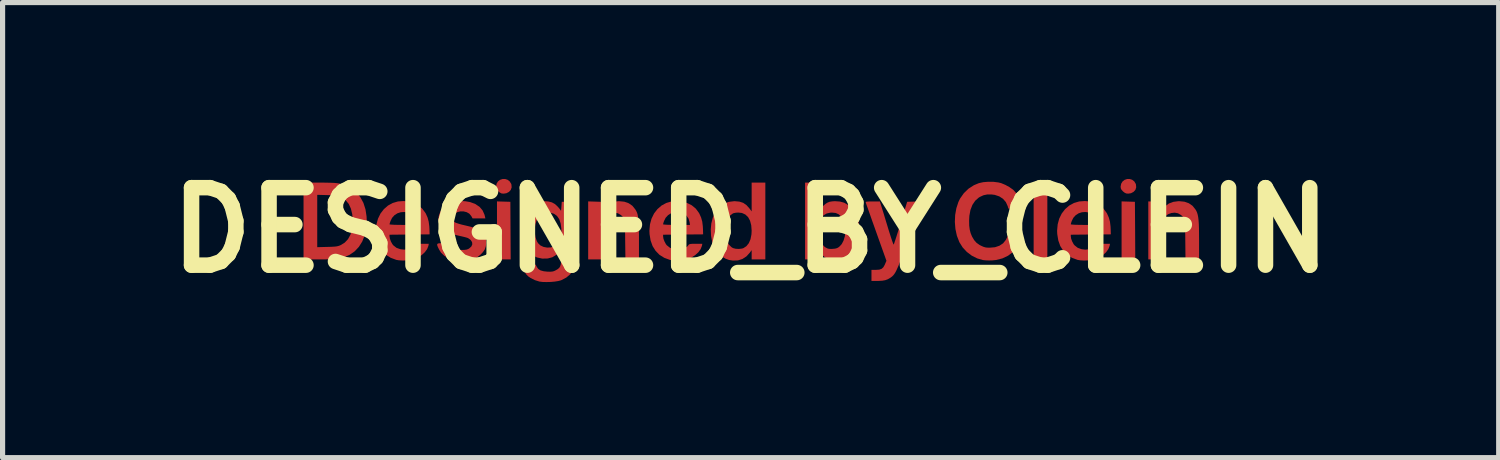
<source format=kicad_pcb>
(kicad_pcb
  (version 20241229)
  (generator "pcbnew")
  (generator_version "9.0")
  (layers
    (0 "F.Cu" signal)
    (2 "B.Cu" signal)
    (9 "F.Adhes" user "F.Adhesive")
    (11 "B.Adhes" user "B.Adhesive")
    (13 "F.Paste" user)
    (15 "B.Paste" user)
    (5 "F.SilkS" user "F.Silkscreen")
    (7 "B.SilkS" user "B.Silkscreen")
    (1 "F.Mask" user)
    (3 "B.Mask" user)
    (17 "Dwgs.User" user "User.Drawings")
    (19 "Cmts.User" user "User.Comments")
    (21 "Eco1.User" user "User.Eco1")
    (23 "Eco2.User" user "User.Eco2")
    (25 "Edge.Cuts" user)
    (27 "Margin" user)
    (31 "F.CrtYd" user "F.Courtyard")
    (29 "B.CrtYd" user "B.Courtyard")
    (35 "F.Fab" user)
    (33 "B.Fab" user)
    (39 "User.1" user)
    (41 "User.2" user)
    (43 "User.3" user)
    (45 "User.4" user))
  (footprint "DESIGNED_BY_CLEIN"
    (layer "F.Cu")
    (at 11.479 1.404)
    (property "Reference" "DESIGNED_BY_CLEIN" (at 0 0 0) (layer "F.SilkS") (effects (font (size 1.5 1.5) (thickness 0.3))))
    (attr board_only exclude_from_pos_files exclude_from_bom)
    (fp_poly (pts (xy -4.781 -0.552) (xy -4.651 -0.548) (xy -4.648 0.009) (xy -4.645 0.567) (xy -4.777 0.567) (xy -4.91 0.567) (xy -4.91 0.006) (xy -4.91 -0.556)) (stroke (width 0) (type solid)) (fill yes) (layers "F.Cu" "F.Mask"))
    (fp_poly (pts (xy 5.742 -0.176) (xy 5.742 0.567) (xy 5.609 0.567) (xy 5.477 0.567) (xy 5.477 -0.176) (xy 5.477 -0.92) (xy 5.609 -0.92) (xy 5.742 -0.92)) (stroke (width 0) (type solid)) (fill yes) (layers "F.Cu" "F.Mask"))
    (fp_poly (pts (xy 7.308 -0.552) (xy 7.437 -0.548) (xy 7.441 0.009) (xy 7.444 0.567) (xy 7.311 0.567) (xy 7.179 0.567) (xy 7.179 0.006) (xy 7.179 -0.556)) (stroke (width 0) (type solid)) (fill yes) (layers "F.Cu" "F.Mask"))
    (fp_poly (pts (xy -4.706 -0.975) (xy -4.665 -0.944) (xy -4.635 -0.896) (xy -4.631 -0.884) (xy -4.626 -0.828) (xy -4.643 -0.779) (xy -4.678 -0.74) (xy -4.728 -0.714) (xy -4.783 -0.706) (xy -4.822 -0.71) (xy -4.855 -0.727) (xy -4.881 -0.749) (xy -4.911 -0.78) (xy -4.925 -0.808) (xy -4.928 -0.841) (xy -4.918 -0.898) (xy -4.891 -0.942) (xy -4.851 -0.973) (xy -4.803 -0.989) (xy -4.753 -0.99)) (stroke (width 0) (type solid)) (fill yes) (layers "F.Cu" "F.Mask"))
    (fp_poly (pts (xy 7.383 -0.975) (xy 7.424 -0.944) (xy 7.453 -0.896) (xy 7.457 -0.884) (xy 7.462 -0.828) (xy 7.446 -0.779) (xy 7.41 -0.74) (xy 7.36 -0.714) (xy 7.306 -0.706) (xy 7.267 -0.71) (xy 7.234 -0.727) (xy 7.207 -0.749) (xy 7.178 -0.78) (xy 7.164 -0.808) (xy 7.16 -0.841) (xy 7.171 -0.898) (xy 7.198 -0.942) (xy 7.238 -0.973) (xy 7.285 -0.989) (xy 7.335 -0.99)) (stroke (width 0) (type solid)) (fill yes) (layers "F.Cu" "F.Mask"))
    (fp_poly (pts (xy -2.445 -0.55) (xy -2.36 -0.52) (xy -2.289 -0.471) (xy -2.232 -0.4) (xy -2.212 -0.365) (xy -2.198 -0.334) (xy -2.187 -0.296) (xy -2.179 -0.249) (xy -2.172 -0.191) (xy -2.167 -0.119) (xy -2.164 -0.03) (xy -2.162 0.08) (xy -2.162 0.205) (xy -2.162 0.567) (xy -2.293 0.567) (xy -2.424 0.567) (xy -2.429 0.192) (xy -2.43 0.078) (xy -2.432 -0.013) (xy -2.435 -0.085) (xy -2.438 -0.141) (xy -2.444 -0.184) (xy -2.452 -0.216) (xy -2.463 -0.24) (xy -2.478 -0.26) (xy -2.496 -0.278) (xy -2.514 -0.294) (xy -2.57 -0.326) (xy -2.634 -0.338) (xy -2.699 -0.331) (xy -2.761 -0.308) (xy -2.814 -0.269) (xy -2.852 -0.218) (xy -2.866 -0.182) (xy -2.871 -0.153) (xy -2.874 -0.101) (xy -2.877 -0.028) (xy -2.879 0.062) (xy -2.88 0.169) (xy -2.88 0.217) (xy -2.88 0.567) (xy -3.013 0.567) (xy -3.145 0.567) (xy -3.145 0.006) (xy -3.145 -0.556) (xy -3.022 -0.552) (xy -2.899 -0.548) (xy -2.893 -0.454) (xy -2.887 -0.359) (xy -2.866 -0.397) (xy -2.814 -0.465) (xy -2.746 -0.515) (xy -2.661 -0.547) (xy -2.562 -0.56) (xy -2.545 -0.56)) (stroke (width 0) (type solid)) (fill yes) (layers "F.Cu" "F.Mask"))
    (fp_poly (pts (xy 8.396 -0.55) (xy 8.481 -0.52) (xy 8.552 -0.471) (xy 8.609 -0.4) (xy 8.629 -0.365) (xy 8.642 -0.334) (xy 8.653 -0.296) (xy 8.662 -0.249) (xy 8.669 -0.191) (xy 8.674 -0.119) (xy 8.677 -0.03) (xy 8.678 0.08) (xy 8.679 0.205) (xy 8.679 0.567) (xy 8.548 0.567) (xy 8.416 0.567) (xy 8.412 0.192) (xy 8.411 0.078) (xy 8.409 -0.013) (xy 8.406 -0.085) (xy 8.402 -0.141) (xy 8.397 -0.184) (xy 8.388 -0.216) (xy 8.377 -0.24) (xy 8.363 -0.26) (xy 8.345 -0.278) (xy 8.326 -0.294) (xy 8.27 -0.326) (xy 8.207 -0.338) (xy 8.142 -0.331) (xy 8.08 -0.308) (xy 8.027 -0.269) (xy 7.988 -0.218) (xy 7.974 -0.182) (xy 7.97 -0.153) (xy 7.966 -0.101) (xy 7.963 -0.028) (xy 7.962 0.062) (xy 7.961 0.169) (xy 7.96 0.217) (xy 7.96 0.567) (xy 7.828 0.567) (xy 7.696 0.567) (xy 7.696 0.006) (xy 7.696 -0.556) (xy 7.819 -0.552) (xy 7.941 -0.548) (xy 7.948 -0.454) (xy 7.954 -0.359) (xy 7.975 -0.397) (xy 8.026 -0.465) (xy 8.095 -0.515) (xy 8.179 -0.547) (xy 8.278 -0.56) (xy 8.296 -0.56)) (stroke (width 0) (type solid)) (fill yes) (layers "F.Cu" "F.Mask"))
    (fp_poly (pts (xy -8.348 -0.92) (xy -8.231 -0.919) (xy -8.137 -0.917) (xy -8.062 -0.914) (xy -8.004 -0.909) (xy -7.959 -0.902) (xy -7.954 -0.901) (xy -7.831 -0.863) (xy -7.722 -0.806) (xy -7.63 -0.73) (xy -7.554 -0.636) (xy -7.495 -0.527) (xy -7.455 -0.402) (xy -7.434 -0.264) (xy -7.431 -0.184) (xy -7.441 -0.034) (xy -7.47 0.101) (xy -7.518 0.221) (xy -7.583 0.324) (xy -7.665 0.411) (xy -7.764 0.479) (xy -7.879 0.528) (xy -7.954 0.548) (xy -7.997 0.555) (xy -8.053 0.56) (xy -8.126 0.564) (xy -8.217 0.566) (xy -8.33 0.567) (xy -8.348 0.567) (xy -8.654 0.567) (xy -8.654 -0.176) (xy -8.389 -0.176) (xy -8.389 0.33) (xy -8.197 0.325) (xy -8.12 0.323) (xy -8.063 0.32) (xy -8.021 0.316) (xy -7.988 0.309) (xy -7.959 0.3) (xy -7.938 0.291) (xy -7.857 0.242) (xy -7.793 0.174) (xy -7.746 0.088) (xy -7.716 -0.017) (xy -7.703 -0.14) (xy -7.703 -0.176) (xy -7.711 -0.305) (xy -7.737 -0.415) (xy -7.779 -0.506) (xy -7.838 -0.578) (xy -7.914 -0.633) (xy -7.938 -0.644) (xy -7.967 -0.656) (xy -7.996 -0.664) (xy -8.031 -0.67) (xy -8.077 -0.674) (xy -8.139 -0.677) (xy -8.197 -0.678) (xy -8.389 -0.683) (xy -8.389 -0.176) (xy -8.654 -0.176) (xy -8.654 -0.92)) (stroke (width 0) (type solid)) (fill yes) (layers "F.Cu" "F.Mask"))
    (fp_poly (pts (xy 0.284 -0.176) (xy 0.284 0.567) (xy 0.151 0.567) (xy 0.019 0.567) (xy 0.019 0.477) (xy 0.019 0.387) (xy -0.017 0.437) (xy -0.083 0.509) (xy -0.16 0.559) (xy -0.247 0.586) (xy -0.344 0.589) (xy -0.417 0.578) (xy -0.486 0.553) (xy -0.557 0.511) (xy -0.62 0.459) (xy -0.652 0.422) (xy -0.707 0.331) (xy -0.745 0.225) (xy -0.767 0.11) (xy -0.772 -0.003) (xy -0.497 -0.003) (xy -0.495 0.078) (xy -0.485 0.15) (xy -0.479 0.171) (xy -0.453 0.231) (xy -0.415 0.287) (xy -0.371 0.33) (xy -0.341 0.348) (xy -0.289 0.361) (xy -0.227 0.364) (xy -0.167 0.357) (xy -0.141 0.349) (xy -0.083 0.311) (xy -0.036 0.253) (xy -0.003 0.176) (xy 0.015 0.084) (xy 0.019 0.012) (xy 0.011 -0.094) (xy -0.012 -0.182) (xy -0.05 -0.252) (xy -0.103 -0.302) (xy -0.169 -0.332) (xy -0.239 -0.34) (xy -0.286 -0.337) (xy -0.328 -0.329) (xy -0.345 -0.322) (xy -0.396 -0.284) (xy -0.441 -0.229) (xy -0.473 -0.165) (xy -0.478 -0.149) (xy -0.492 -0.082) (xy -0.497 -0.003) (xy -0.772 -0.003) (xy -0.773 -0.009) (xy -0.762 -0.127) (xy -0.734 -0.238) (xy -0.69 -0.339) (xy -0.665 -0.378) (xy -0.597 -0.456) (xy -0.516 -0.512) (xy -0.424 -0.547) (xy -0.318 -0.56) (xy -0.309 -0.56) (xy -0.219 -0.552) (xy -0.144 -0.528) (xy -0.08 -0.483) (xy -0.021 -0.417) (xy -0.017 -0.411) (xy 0.019 -0.362) (xy 0.019 -0.641) (xy 0.019 -0.92) (xy 0.151 -0.92) (xy 0.284 -0.92)) (stroke (width 0) (type solid)) (fill yes) (layers "F.Cu" "F.Mask"))
    (fp_poly (pts (xy 2.539 -0.432) (xy 2.554 -0.384) (xy 2.575 -0.317) (xy 2.599 -0.237) (xy 2.626 -0.148) (xy 2.654 -0.056) (xy 2.668 -0.01) (xy 2.694 0.072) (xy 2.717 0.144) (xy 2.737 0.204) (xy 2.753 0.249) (xy 2.764 0.275) (xy 2.768 0.28) (xy 2.774 0.267) (xy 2.786 0.231) (xy 2.804 0.178) (xy 2.826 0.109) (xy 2.852 0.027) (xy 2.88 -0.065) (xy 2.903 -0.139) (xy 3.029 -0.548) (xy 3.158 -0.552) (xy 3.213 -0.553) (xy 3.259 -0.551) (xy 3.289 -0.548) (xy 3.297 -0.546) (xy 3.295 -0.532) (xy 3.285 -0.497) (xy 3.267 -0.443) (xy 3.243 -0.372) (xy 3.214 -0.285) (xy 3.18 -0.186) (xy 3.141 -0.076) (xy 3.099 0.042) (xy 3.071 0.121) (xy 3.017 0.271) (xy 2.97 0.4) (xy 2.93 0.508) (xy 2.896 0.599) (xy 2.867 0.674) (xy 2.841 0.734) (xy 2.819 0.783) (xy 2.799 0.821) (xy 2.78 0.85) (xy 2.761 0.874) (xy 2.742 0.893) (xy 2.722 0.909) (xy 2.702 0.923) (xy 2.654 0.951) (xy 2.605 0.969) (xy 2.547 0.979) (xy 2.474 0.983) (xy 2.449 0.983) (xy 2.338 0.983) (xy 2.338 0.876) (xy 2.338 0.769) (xy 2.425 0.769) (xy 2.488 0.765) (xy 2.533 0.75) (xy 2.567 0.72) (xy 2.595 0.671) (xy 2.601 0.656) (xy 2.628 0.594) (xy 2.431 0.042) (xy 2.391 -0.071) (xy 2.353 -0.177) (xy 2.319 -0.274) (xy 2.289 -0.359) (xy 2.264 -0.43) (xy 2.244 -0.484) (xy 2.232 -0.519) (xy 2.228 -0.533) (xy 2.227 -0.542) (xy 2.235 -0.549) (xy 2.254 -0.552) (xy 2.29 -0.554) (xy 2.346 -0.555) (xy 2.361 -0.555) (xy 2.501 -0.555)) (stroke (width 0) (type solid)) (fill yes) (layers "F.Cu" "F.Mask"))
    (fp_poly (pts (xy -6.643 -0.556) (xy -6.532 -0.528) (xy -6.436 -0.481) (xy -6.357 -0.416) (xy -6.295 -0.333) (xy -6.287 -0.319) (xy -6.253 -0.243) (xy -6.232 -0.164) (xy -6.22 -0.074) (xy -6.217 -0.019) (xy -6.214 0.082) (xy -6.602 0.085) (xy -6.99 0.089) (xy -6.99 0.118) (xy -6.982 0.167) (xy -6.962 0.222) (xy -6.934 0.272) (xy -6.917 0.294) (xy -6.855 0.343) (xy -6.778 0.37) (xy -6.706 0.378) (xy -6.633 0.37) (xy -6.57 0.35) (xy -6.522 0.318) (xy -6.504 0.297) (xy -6.493 0.282) (xy -6.48 0.273) (xy -6.459 0.268) (xy -6.426 0.265) (xy -6.374 0.265) (xy -6.356 0.265) (xy -6.23 0.265) (xy -6.238 0.306) (xy -6.262 0.367) (xy -6.307 0.428) (xy -6.368 0.484) (xy -6.442 0.531) (xy -6.495 0.555) (xy -6.562 0.573) (xy -6.644 0.585) (xy -6.73 0.589) (xy -6.81 0.584) (xy -6.858 0.576) (xy -6.966 0.536) (xy -7.059 0.478) (xy -7.134 0.401) (xy -7.192 0.309) (xy -7.232 0.2) (xy -7.252 0.078) (xy -7.254 0.013) (xy -7.243 -0.11) (xy -7.243 -0.112) (xy -6.99 -0.112) (xy -6.978 -0.109) (xy -6.944 -0.106) (xy -6.893 -0.103) (xy -6.828 -0.102) (xy -6.752 -0.101) (xy -6.73 -0.101) (xy -6.47 -0.101) (xy -6.476 -0.152) (xy -6.496 -0.221) (xy -6.533 -0.276) (xy -6.583 -0.316) (xy -6.643 -0.341) (xy -6.707 -0.351) (xy -6.773 -0.346) (xy -6.836 -0.326) (xy -6.893 -0.29) (xy -6.94 -0.238) (xy -6.97 -0.178) (xy -6.982 -0.143) (xy -6.989 -0.117) (xy -6.99 -0.112) (xy -7.243 -0.112) (xy -7.213 -0.222) (xy -7.164 -0.322) (xy -7.099 -0.406) (xy -7.02 -0.475) (xy -6.929 -0.525) (xy -6.827 -0.555) (xy -6.717 -0.563)) (stroke (width 0) (type solid)) (fill yes) (layers "F.Cu" "F.Mask"))
    (fp_poly (pts (xy -1.348 -0.556) (xy -1.237 -0.528) (xy -1.141 -0.481) (xy -1.062 -0.416) (xy -1.001 -0.333) (xy -0.993 -0.319) (xy -0.959 -0.243) (xy -0.937 -0.164) (xy -0.926 -0.074) (xy -0.923 -0.019) (xy -0.92 0.082) (xy -1.308 0.085) (xy -1.695 0.089) (xy -1.695 0.118) (xy -1.688 0.167) (xy -1.667 0.222) (xy -1.64 0.272) (xy -1.622 0.294) (xy -1.56 0.343) (xy -1.484 0.37) (xy -1.412 0.378) (xy -1.339 0.37) (xy -1.276 0.35) (xy -1.228 0.318) (xy -1.21 0.297) (xy -1.199 0.282) (xy -1.186 0.273) (xy -1.165 0.268) (xy -1.132 0.265) (xy -1.08 0.265) (xy -1.062 0.265) (xy -0.936 0.265) (xy -0.944 0.306) (xy -0.968 0.367) (xy -1.012 0.428) (xy -1.074 0.484) (xy -1.147 0.531) (xy -1.2 0.555) (xy -1.268 0.573) (xy -1.35 0.585) (xy -1.436 0.589) (xy -1.515 0.584) (xy -1.564 0.576) (xy -1.672 0.536) (xy -1.765 0.478) (xy -1.84 0.401) (xy -1.898 0.309) (xy -1.937 0.2) (xy -1.957 0.078) (xy -1.96 0.013) (xy -1.949 -0.11) (xy -1.949 -0.112) (xy -1.695 -0.112) (xy -1.683 -0.109) (xy -1.65 -0.106) (xy -1.599 -0.103) (xy -1.533 -0.102) (xy -1.458 -0.101) (xy -1.435 -0.101) (xy -1.175 -0.101) (xy -1.182 -0.152) (xy -1.202 -0.221) (xy -1.239 -0.276) (xy -1.289 -0.316) (xy -1.348 -0.341) (xy -1.413 -0.351) (xy -1.479 -0.346) (xy -1.542 -0.326) (xy -1.599 -0.29) (xy -1.646 -0.238) (xy -1.676 -0.178) (xy -1.688 -0.143) (xy -1.695 -0.117) (xy -1.695 -0.112) (xy -1.949 -0.112) (xy -1.919 -0.222) (xy -1.87 -0.322) (xy -1.805 -0.406) (xy -1.726 -0.475) (xy -1.635 -0.525) (xy -1.533 -0.555) (xy -1.422 -0.563)) (stroke (width 0) (type solid)) (fill yes) (layers "F.Cu" "F.Mask"))
    (fp_poly (pts (xy 4.699 -0.935) (xy 4.793 -0.923) (xy 4.847 -0.91) (xy 4.927 -0.877) (xy 5.006 -0.834) (xy 5.074 -0.786) (xy 5.085 -0.777) (xy 5.135 -0.721) (xy 5.181 -0.647) (xy 5.221 -0.561) (xy 5.25 -0.472) (xy 5.256 -0.451) (xy 5.263 -0.416) (xy 5.126 -0.416) (xy 4.989 -0.416) (xy 4.975 -0.464) (xy 4.939 -0.543) (xy 4.884 -0.606) (xy 4.812 -0.653) (xy 4.725 -0.682) (xy 4.664 -0.69) (xy 4.578 -0.69) (xy 4.506 -0.675) (xy 4.439 -0.644) (xy 4.415 -0.63) (xy 4.346 -0.569) (xy 4.292 -0.489) (xy 4.254 -0.391) (xy 4.233 -0.277) (xy 4.228 -0.183) (xy 4.23 -0.086) (xy 4.24 -0.008) (xy 4.258 0.06) (xy 4.284 0.123) (xy 4.285 0.125) (xy 4.326 0.194) (xy 4.372 0.246) (xy 4.43 0.287) (xy 4.459 0.302) (xy 4.508 0.324) (xy 4.551 0.336) (xy 4.601 0.34) (xy 4.626 0.34) (xy 4.729 0.331) (xy 4.815 0.302) (xy 4.886 0.255) (xy 4.939 0.189) (xy 4.961 0.145) (xy 4.99 0.076) (xy 5.127 0.076) (xy 5.263 0.076) (xy 5.255 0.11) (xy 5.214 0.231) (xy 5.154 0.336) (xy 5.076 0.425) (xy 4.982 0.495) (xy 4.873 0.547) (xy 4.752 0.578) (xy 4.672 0.586) (xy 4.611 0.587) (xy 4.55 0.585) (xy 4.5 0.58) (xy 4.494 0.579) (xy 4.384 0.547) (xy 4.279 0.494) (xy 4.184 0.422) (xy 4.103 0.335) (xy 4.041 0.236) (xy 4.037 0.227) (xy 3.991 0.108) (xy 3.963 -0.022) (xy 3.952 -0.158) (xy 3.958 -0.293) (xy 3.981 -0.423) (xy 4.02 -0.543) (xy 4.053 -0.611) (xy 4.126 -0.715) (xy 4.216 -0.802) (xy 4.32 -0.869) (xy 4.416 -0.909) (xy 4.501 -0.928) (xy 4.598 -0.936)) (stroke (width 0) (type solid)) (fill yes) (layers "F.Cu" "F.Mask"))
    (fp_poly (pts (xy 6.543 -0.556) (xy 6.654 -0.528) (xy 6.75 -0.481) (xy 6.829 -0.416) (xy 6.89 -0.333) (xy 6.898 -0.319) (xy 6.932 -0.243) (xy 6.954 -0.164) (xy 6.965 -0.074) (xy 6.968 -0.019) (xy 6.971 0.082) (xy 6.583 0.085) (xy 6.196 0.089) (xy 6.196 0.118) (xy 6.203 0.167) (xy 6.224 0.222) (xy 6.251 0.272) (xy 6.269 0.294) (xy 6.331 0.343) (xy 6.407 0.37) (xy 6.479 0.378) (xy 6.552 0.37) (xy 6.615 0.35) (xy 6.664 0.318) (xy 6.681 0.297) (xy 6.692 0.282) (xy 6.705 0.273) (xy 6.726 0.268) (xy 6.759 0.265) (xy 6.811 0.265) (xy 6.829 0.265) (xy 6.955 0.265) (xy 6.947 0.306) (xy 6.923 0.367) (xy 6.879 0.428) (xy 6.818 0.484) (xy 6.744 0.531) (xy 6.691 0.555) (xy 6.623 0.573) (xy 6.541 0.585) (xy 6.455 0.589) (xy 6.376 0.584) (xy 6.327 0.576) (xy 6.219 0.536) (xy 6.126 0.478) (xy 6.051 0.401) (xy 5.993 0.309) (xy 5.954 0.2) (xy 5.934 0.078) (xy 5.931 0.013) (xy 5.942 -0.11) (xy 5.942 -0.112) (xy 6.196 -0.112) (xy 6.208 -0.109) (xy 6.241 -0.106) (xy 6.292 -0.103) (xy 6.358 -0.102) (xy 6.433 -0.101) (xy 6.456 -0.101) (xy 6.716 -0.101) (xy 6.709 -0.152) (xy 6.689 -0.221) (xy 6.652 -0.276) (xy 6.602 -0.316) (xy 6.543 -0.341) (xy 6.478 -0.351) (xy 6.412 -0.346) (xy 6.349 -0.326) (xy 6.292 -0.29) (xy 6.245 -0.238) (xy 6.215 -0.178) (xy 6.203 -0.143) (xy 6.196 -0.117) (xy 6.196 -0.112) (xy 5.942 -0.112) (xy 5.972 -0.222) (xy 6.021 -0.322) (xy 6.086 -0.406) (xy 6.165 -0.475) (xy 6.256 -0.525) (xy 6.358 -0.555) (xy 6.469 -0.563)) (stroke (width 0) (type solid)) (fill yes) (layers "F.Cu" "F.Mask"))
    (fp_poly (pts (xy 1.318 -0.64) (xy 1.318 -0.545) (xy 1.319 -0.474) (xy 1.321 -0.424) (xy 1.324 -0.394) (xy 1.327 -0.382) (xy 1.332 -0.384) (xy 1.362 -0.426) (xy 1.405 -0.47) (xy 1.452 -0.51) (xy 1.487 -0.532) (xy 1.53 -0.549) (xy 1.582 -0.557) (xy 1.632 -0.56) (xy 1.728 -0.553) (xy 1.808 -0.531) (xy 1.881 -0.49) (xy 1.93 -0.451) (xy 1.999 -0.374) (xy 2.05 -0.286) (xy 2.083 -0.184) (xy 2.1 -0.066) (xy 2.103 0.013) (xy 2.094 0.144) (xy 2.067 0.26) (xy 2.025 0.362) (xy 1.966 0.446) (xy 1.893 0.512) (xy 1.807 0.558) (xy 1.708 0.584) (xy 1.674 0.587) (xy 1.607 0.588) (xy 1.55 0.579) (xy 1.524 0.57) (xy 1.448 0.534) (xy 1.389 0.485) (xy 1.354 0.441) (xy 1.333 0.414) (xy 1.317 0.4) (xy 1.313 0.4) (xy 1.308 0.416) (xy 1.306 0.449) (xy 1.305 0.487) (xy 1.305 0.567) (xy 1.179 0.567) (xy 1.053 0.567) (xy 1.053 0.025) (xy 1.313 0.025) (xy 1.323 0.119) (xy 1.347 0.203) (xy 1.384 0.273) (xy 1.433 0.325) (xy 1.449 0.335) (xy 1.482 0.353) (xy 1.514 0.362) (xy 1.556 0.364) (xy 1.583 0.363) (xy 1.635 0.358) (xy 1.672 0.348) (xy 1.704 0.33) (xy 1.714 0.322) (xy 1.762 0.271) (xy 1.798 0.202) (xy 1.822 0.122) (xy 1.833 0.035) (xy 1.83 -0.054) (xy 1.814 -0.138) (xy 1.784 -0.214) (xy 1.751 -0.263) (xy 1.702 -0.307) (xy 1.646 -0.332) (xy 1.576 -0.339) (xy 1.544 -0.338) (xy 1.471 -0.322) (xy 1.411 -0.286) (xy 1.366 -0.229) (xy 1.335 -0.151) (xy 1.319 -0.075) (xy 1.313 0.025) (xy 1.053 0.025) (xy 1.053 -0.176) (xy 1.053 -0.92) (xy 1.185 -0.92) (xy 1.317 -0.92)) (stroke (width 0) (type solid)) (fill yes) (layers "F.Cu" "F.Mask"))
    (fp_poly (pts (xy -5.529 -0.56) (xy -5.43 -0.543) (xy -5.339 -0.51) (xy -5.322 -0.501) (xy -5.245 -0.448) (xy -5.189 -0.382) (xy -5.152 -0.3) (xy -5.144 -0.268) (xy -5.135 -0.227) (xy -5.259 -0.227) (xy -5.383 -0.227) (xy -5.408 -0.273) (xy -5.445 -0.318) (xy -5.496 -0.347) (xy -5.555 -0.362) (xy -5.617 -0.363) (xy -5.677 -0.348) (xy -5.727 -0.319) (xy -5.763 -0.276) (xy -5.765 -0.272) (xy -5.774 -0.229) (xy -5.759 -0.187) (xy -5.724 -0.152) (xy -5.717 -0.147) (xy -5.691 -0.137) (xy -5.647 -0.122) (xy -5.59 -0.106) (xy -5.526 -0.091) (xy -5.517 -0.089) (xy -5.414 -0.064) (xy -5.334 -0.04) (xy -5.271 -0.014) (xy -5.223 0.013) (xy -5.186 0.046) (xy -5.158 0.085) (xy -5.146 0.105) (xy -5.125 0.168) (xy -5.118 0.241) (xy -5.126 0.314) (xy -5.146 0.373) (xy -5.181 0.424) (xy -5.23 0.476) (xy -5.285 0.519) (xy -5.312 0.535) (xy -5.38 0.561) (xy -5.464 0.579) (xy -5.556 0.589) (xy -5.649 0.589) (xy -5.735 0.58) (xy -5.738 0.579) (xy -5.84 0.548) (xy -5.926 0.5) (xy -5.993 0.436) (xy -6.031 0.375) (xy -6.056 0.324) (xy -6.068 0.289) (xy -6.066 0.268) (xy -6.045 0.257) (xy -6.005 0.253) (xy -5.942 0.252) (xy -5.938 0.252) (xy -5.806 0.252) (xy -5.786 0.294) (xy -5.757 0.337) (xy -5.714 0.365) (xy -5.656 0.381) (xy -5.59 0.384) (xy -5.534 0.382) (xy -5.494 0.376) (xy -5.462 0.363) (xy -5.45 0.356) (xy -5.407 0.318) (xy -5.388 0.276) (xy -5.392 0.233) (xy -5.419 0.191) (xy -5.468 0.156) (xy -5.471 0.154) (xy -5.493 0.146) (xy -5.534 0.135) (xy -5.587 0.122) (xy -5.628 0.113) (xy -5.726 0.09) (xy -5.804 0.068) (xy -5.865 0.043) (xy -5.913 0.015) (xy -5.952 -0.016) (xy -5.997 -0.072) (xy -6.03 -0.139) (xy -6.044 -0.209) (xy -6.044 -0.221) (xy -6.036 -0.274) (xy -6.015 -0.336) (xy -5.985 -0.394) (xy -5.962 -0.425) (xy -5.9 -0.48) (xy -5.821 -0.521) (xy -5.729 -0.549) (xy -5.631 -0.562)) (stroke (width 0) (type solid)) (fill yes) (layers "F.Cu" "F.Mask"))
    (fp_poly (pts (xy -3.918 -0.555) (xy -3.847 -0.537) (xy -3.787 -0.504) (xy -3.732 -0.452) (xy -3.732 -0.452) (xy -3.702 -0.417) (xy -3.681 -0.389) (xy -3.672 -0.374) (xy -3.67 -0.378) (xy -3.667 -0.403) (xy -3.664 -0.443) (xy -3.663 -0.454) (xy -3.656 -0.548) (xy -3.53 -0.548) (xy -3.403 -0.548) (xy -3.4 0.038) (xy -3.399 0.206) (xy -3.399 0.35) (xy -3.4 0.468) (xy -3.402 0.562) (xy -3.404 0.631) (xy -3.408 0.675) (xy -3.41 0.689) (xy -3.441 0.778) (xy -3.494 0.855) (xy -3.568 0.918) (xy -3.662 0.967) (xy -3.673 0.972) (xy -3.723 0.985) (xy -3.791 0.996) (xy -3.868 1.003) (xy -3.947 1.005) (xy -4.02 1.004) (xy -4.079 0.997) (xy -4.087 0.996) (xy -4.174 0.969) (xy -4.258 0.927) (xy -4.305 0.895) (xy -4.34 0.86) (xy -4.373 0.813) (xy -4.4 0.762) (xy -4.416 0.717) (xy -4.418 0.697) (xy -4.417 0.684) (xy -4.411 0.676) (xy -4.395 0.671) (xy -4.365 0.669) (xy -4.317 0.668) (xy -4.289 0.668) (xy -4.16 0.669) (xy -4.141 0.709) (xy -4.112 0.75) (xy -4.068 0.779) (xy -4.006 0.796) (xy -3.934 0.804) (xy -3.879 0.805) (xy -3.84 0.802) (xy -3.808 0.794) (xy -3.776 0.779) (xy -3.736 0.756) (xy -3.706 0.731) (xy -3.687 0.701) (xy -3.675 0.661) (xy -3.668 0.606) (xy -3.664 0.53) (xy -3.664 0.519) (xy -3.66 0.359) (xy -3.699 0.413) (xy -3.762 0.479) (xy -3.838 0.525) (xy -3.927 0.549) (xy -4.028 0.551) (xy -4.034 0.551) (xy -4.136 0.529) (xy -4.225 0.487) (xy -4.302 0.426) (xy -4.364 0.348) (xy -4.411 0.255) (xy -4.441 0.148) (xy -4.454 0.029) (xy -4.45 -0.036) (xy -4.178 -0.036) (xy -4.178 0.052) (xy -4.165 0.138) (xy -4.138 0.214) (xy -4.115 0.253) (xy -4.07 0.296) (xy -4.009 0.325) (xy -3.94 0.338) (xy -3.868 0.335) (xy -3.805 0.316) (xy -3.747 0.276) (xy -3.704 0.217) (xy -3.676 0.138) (xy -3.664 0.042) (xy -3.664 -0.03) (xy -3.678 -0.131) (xy -3.706 -0.213) (xy -3.749 -0.275) (xy -3.807 -0.317) (xy -3.878 -0.338) (xy -3.919 -0.34) (xy -3.986 -0.334) (xy -4.04 -0.313) (xy -4.088 -0.273) (xy -4.101 -0.259) (xy -4.139 -0.198) (xy -4.165 -0.122) (xy -4.178 -0.036) (xy -4.45 -0.036) (xy -4.447 -0.099) (xy -4.446 -0.109) (xy -4.42 -0.231) (xy -4.376 -0.334) (xy -4.315 -0.42) (xy -4.236 -0.488) (xy -4.183 -0.519) (xy -4.134 -0.541) (xy -4.091 -0.553) (xy -4.043 -0.559) (xy -4.005 -0.56)) (stroke (width 0) (type solid)) (fill yes) (layers "F.Cu" "F.Mask")))
  (gr_rect
    (start -3 -3)
    (end 25.957 5.808)
    (stroke (width 0.1) (type default))
    (fill no)
    (layer "Edge.Cuts")))
</source>
